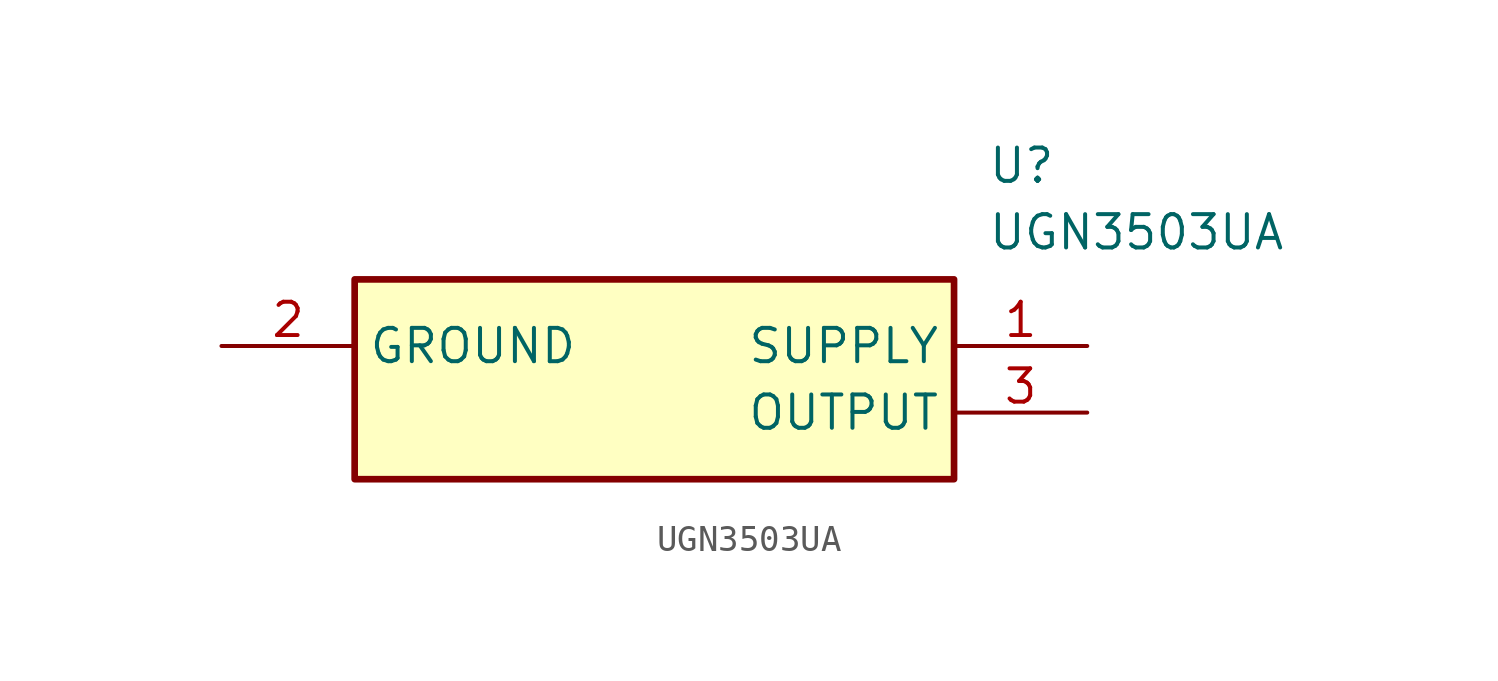
<source format=kicad_sym>
(kicad_symbol_lib
  (version 20211014)
  (generator SamacSys_ECAD_Model)
  (symbol "UGN3503UA"
    (property "Reference" "U"
      (at 29.21 7.62 0)
      (effects (font (size 1.27 1.27)) (justify left top)))
    (property "Value" "UGN3503UA"
      (at 29.21 5.08 0)
      (effects (font (size 1.27 1.27)) (justify left top)))
    (rectangle
      (start 5.08 2.54)
      (end 27.94 -5.08)
      (stroke (width 0.254) (type default))
      (fill (type background)))
    (pin passive line
      (at 33.02 0 180)
      (length 5.08)
      (name "SUPPLY" (effects (font (size 1.27 1.27))))
      (number "1" (effects (font (size 1.27 1.27)))))
    (pin passive line
      (at 0 0 0)
      (length 5.08)
      (name "GROUND" (effects (font (size 1.27 1.27))))
      (number "2" (effects (font (size 1.27 1.27)))))
    (pin passive line
      (at 33.02 -2.54 180)
      (length 5.08)
      (name "OUTPUT" (effects (font (size 1.27 1.27))))
      (number "3" (effects (font (size 1.27 1.27)))))))
</source>
